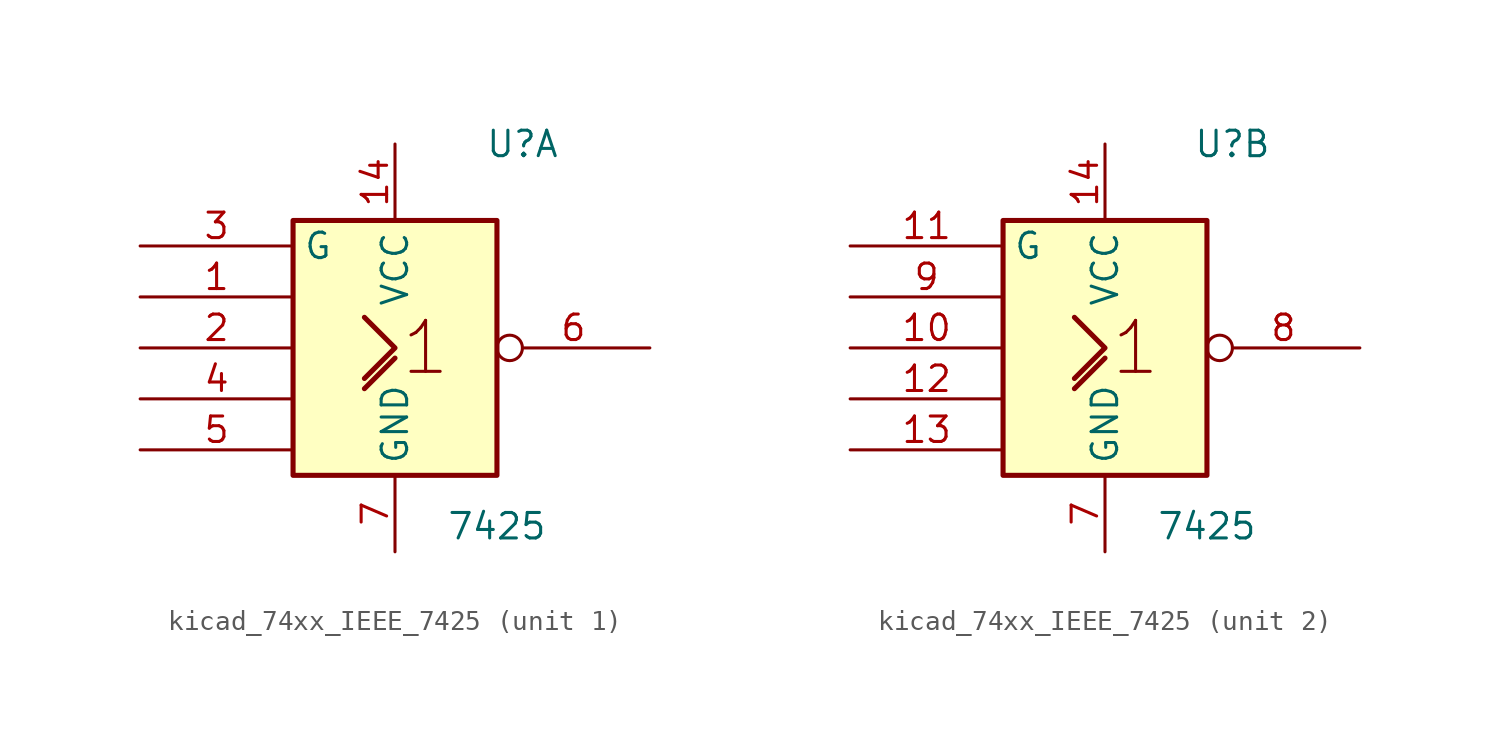
<source format=kicad_sym>
(kicad_symbol_lib
  (version 20220914)
  (generator kicad_symbol_editor)
  (symbol "kicad_74xx_IEEE_7425"
    (property "Reference" "U"
      (at 6.35 10.16 0)
      (effects (font (size 1.27 1.27))))
    (property "Value" "7425"
      (at 5.08 -8.89 0)
      (effects (font (size 1.27 1.27))))
    (symbol "kicad_74xx_IEEE_7425_0_0"
      (polyline (pts (xy -1.524 -2.032) (xy 0 -0.508) (xy 0 -0.508)) (stroke (width 0.254) (type default)) (fill (type background)))
      (polyline (pts (xy -1.524 1.524) (xy 0 0) (xy -1.524 -1.524) (xy -1.524 -1.524)) (stroke (width 0.254) (type default)) (fill (type background)))
      (text "1" (at 1.524 0 0) (effects (font (size 2.54 2.54)))))
    (symbol "kicad_74xx_IEEE_7425_0_1"
      (rectangle (start -5.08 6.35) (end 5.08 -6.35) (stroke (width 0.254) (type default)) (fill (type background)))
      (pin power_in line (at 0 10.16 270) (length 3.81) (name "VCC" (effects (font (size 1.27 1.27)))) (number "14" (effects (font (size 1.27 1.27)))))
      (pin power_in line (at 0 -10.16 90) (length 3.81) (name "GND" (effects (font (size 1.27 1.27)))) (number "7" (effects (font (size 1.27 1.27))))))
    (symbol "kicad_74xx_IEEE_7425_1_1"
      (pin input line (at -12.7 2.54 0) (length 7.62) (name "~" (effects (font (size 1.27 1.27)))) (number "1" (effects (font (size 1.27 1.27)))))
      (pin input line (at -12.7 0 0) (length 7.62) (name "~" (effects (font (size 1.27 1.27)))) (number "2" (effects (font (size 1.27 1.27)))))
      (pin input line (at -12.7 5.08 0) (length 7.62) (name "G" (effects (font (size 1.27 1.27)))) (number "3" (effects (font (size 1.27 1.27)))))
      (pin input line (at -12.7 -2.54 0) (length 7.62) (name "~" (effects (font (size 1.27 1.27)))) (number "4" (effects (font (size 1.27 1.27)))))
      (pin input line (at -12.7 -5.08 0) (length 7.62) (name "~" (effects (font (size 1.27 1.27)))) (number "5" (effects (font (size 1.27 1.27)))))
      (pin output inverted (at 12.7 0 180) (length 7.62) (name "~" (effects (font (size 1.27 1.27)))) (number "6" (effects (font (size 1.27 1.27))))))
    (symbol "kicad_74xx_IEEE_7425_2_1"
      (pin input line (at -12.7 0 0) (length 7.62) (name "~" (effects (font (size 1.27 1.27)))) (number "10" (effects (font (size 1.27 1.27)))))
      (pin input line (at -12.7 5.08 0) (length 7.62) (name "G" (effects (font (size 1.27 1.27)))) (number "11" (effects (font (size 1.27 1.27)))))
      (pin input line (at -12.7 -2.54 0) (length 7.62) (name "~" (effects (font (size 1.27 1.27)))) (number "12" (effects (font (size 1.27 1.27)))))
      (pin input line (at -12.7 -5.08 0) (length 7.62) (name "~" (effects (font (size 1.27 1.27)))) (number "13" (effects (font (size 1.27 1.27)))))
      (pin output inverted (at 12.7 0 180) (length 7.62) (name "~" (effects (font (size 1.27 1.27)))) (number "8" (effects (font (size 1.27 1.27)))))
      (pin input line (at -12.7 2.54 0) (length 7.62) (name "~" (effects (font (size 1.27 1.27)))) (number "9" (effects (font (size 1.27 1.27))))))))
</source>
